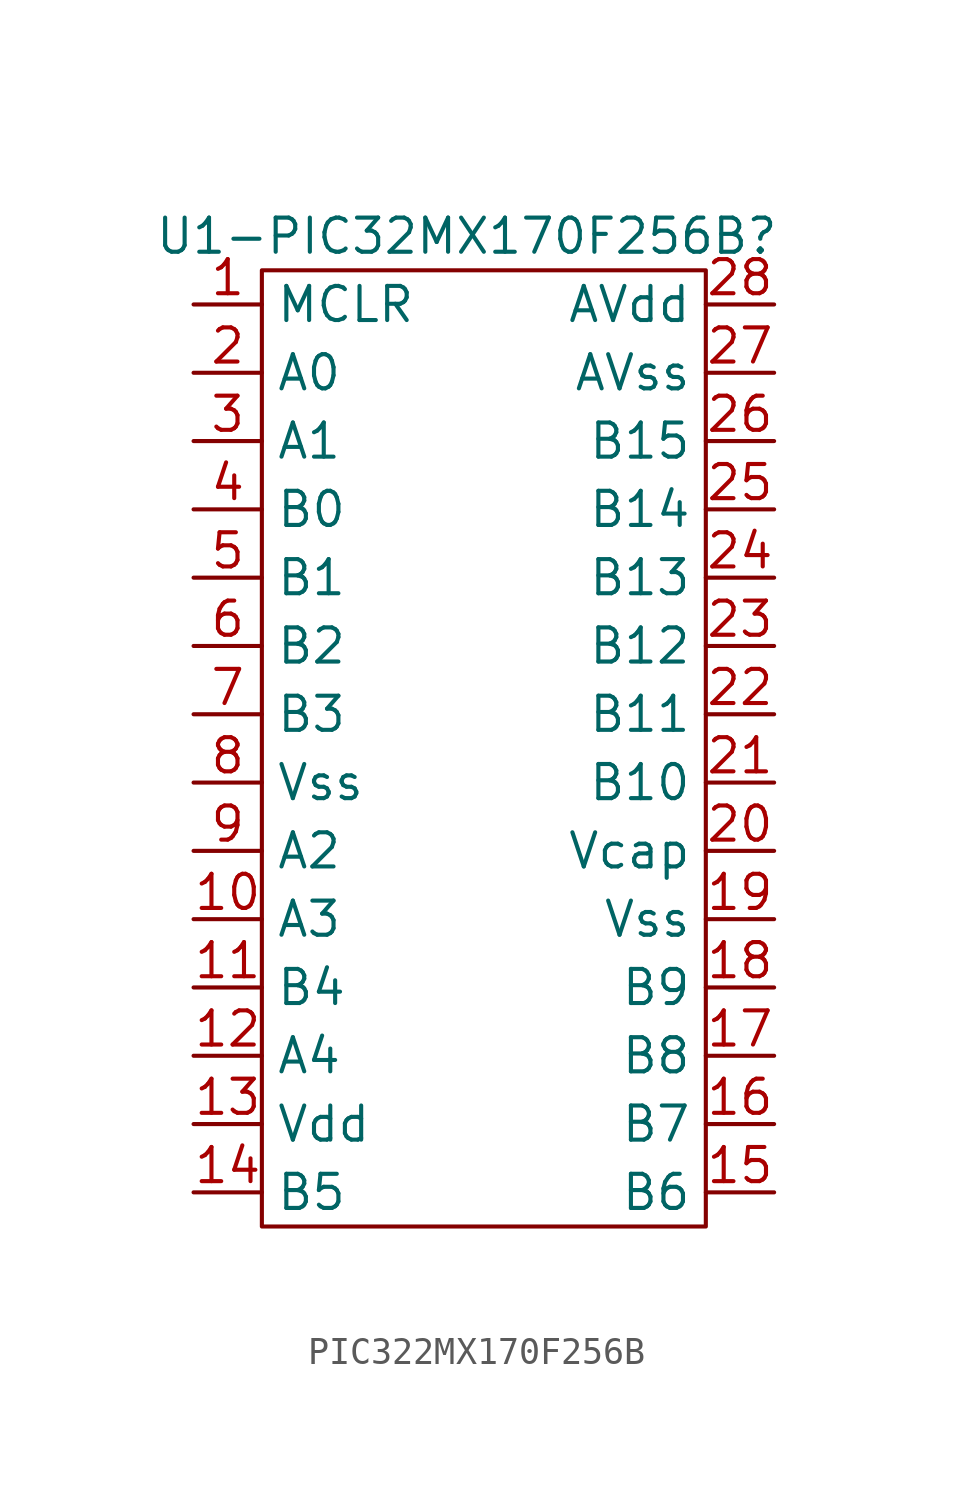
<source format=kicad_sym>
(kicad_symbol_lib
  (version 20220914)
  (generator kicad_symbol_editor)
  (symbol "PIC322MX170F256B"
    (property "Reference" "U1-PIC32MX170F256B"
      (at 7.62 1.27 0)
      (effects (font (size 1.27 1.27))))
    (property "Value" ""
      (at 0 0 0)
      (effects (font (size 1.27 1.27))))
    (symbol "PIC322MX170F256B_0_1"
      (rectangle (start 0 0) (end 16.51 -35.56) (stroke (width 0) (type default)) (fill (type none))))
    (symbol "PIC322MX170F256B_1_1"
      (pin bidirectional line (at -2.54 -1.27 0) (length 2.54) (name "MCLR" (effects (font (size 1.27 1.27)))) (number "1" (effects (font (size 1.27 1.27)))))
      (pin bidirectional line (at -2.54 -24.13 0) (length 2.54) (name "A3" (effects (font (size 1.27 1.27)))) (number "10" (effects (font (size 1.27 1.27)))))
      (pin bidirectional line (at -2.54 -26.67 0) (length 2.54) (name "B4" (effects (font (size 1.27 1.27)))) (number "11" (effects (font (size 1.27 1.27)))))
      (pin bidirectional line (at -2.54 -29.21 0) (length 2.54) (name "A4" (effects (font (size 1.27 1.27)))) (number "12" (effects (font (size 1.27 1.27)))))
      (pin bidirectional line (at -2.54 -31.75 0) (length 2.54) (name "Vdd" (effects (font (size 1.27 1.27)))) (number "13" (effects (font (size 1.27 1.27)))))
      (pin bidirectional line (at -2.54 -34.29 0) (length 2.54) (name "B5" (effects (font (size 1.27 1.27)))) (number "14" (effects (font (size 1.27 1.27)))))
      (pin bidirectional line (at 19.05 -34.29 180) (length 2.54) (name "B6" (effects (font (size 1.27 1.27)))) (number "15" (effects (font (size 1.27 1.27)))))
      (pin bidirectional line (at 19.05 -31.75 180) (length 2.54) (name "B7" (effects (font (size 1.27 1.27)))) (number "16" (effects (font (size 1.27 1.27)))))
      (pin bidirectional line (at 19.05 -29.21 180) (length 2.54) (name "B8" (effects (font (size 1.27 1.27)))) (number "17" (effects (font (size 1.27 1.27)))))
      (pin bidirectional line (at 19.05 -26.67 180) (length 2.54) (name "B9" (effects (font (size 1.27 1.27)))) (number "18" (effects (font (size 1.27 1.27)))))
      (pin bidirectional line (at 19.05 -24.13 180) (length 2.54) (name "Vss" (effects (font (size 1.27 1.27)))) (number "19" (effects (font (size 1.27 1.27)))))
      (pin bidirectional line (at -2.54 -3.81 0) (length 2.54) (name "A0" (effects (font (size 1.27 1.27)))) (number "2" (effects (font (size 1.27 1.27)))))
      (pin bidirectional line (at 19.05 -21.59 180) (length 2.54) (name "Vcap" (effects (font (size 1.27 1.27)))) (number "20" (effects (font (size 1.27 1.27)))))
      (pin bidirectional line (at 19.05 -19.05 180) (length 2.54) (name "B10" (effects (font (size 1.27 1.27)))) (number "21" (effects (font (size 1.27 1.27)))))
      (pin bidirectional line (at 19.05 -16.51 180) (length 2.54) (name "B11" (effects (font (size 1.27 1.27)))) (number "22" (effects (font (size 1.27 1.27)))))
      (pin bidirectional line (at 19.05 -13.97 180) (length 2.54) (name "B12" (effects (font (size 1.27 1.27)))) (number "23" (effects (font (size 1.27 1.27)))))
      (pin bidirectional line (at 19.05 -11.43 180) (length 2.54) (name "B13" (effects (font (size 1.27 1.27)))) (number "24" (effects (font (size 1.27 1.27)))))
      (pin bidirectional line (at 19.05 -8.89 180) (length 2.54) (name "B14" (effects (font (size 1.27 1.27)))) (number "25" (effects (font (size 1.27 1.27)))))
      (pin bidirectional line (at 19.05 -6.35 180) (length 2.54) (name "B15" (effects (font (size 1.27 1.27)))) (number "26" (effects (font (size 1.27 1.27)))))
      (pin bidirectional line (at 19.05 -3.81 180) (length 2.54) (name "AVss" (effects (font (size 1.27 1.27)))) (number "27" (effects (font (size 1.27 1.27)))))
      (pin bidirectional line (at 19.05 -1.27 180) (length 2.54) (name "AVdd" (effects (font (size 1.27 1.27)))) (number "28" (effects (font (size 1.27 1.27)))))
      (pin bidirectional line (at -2.54 -6.35 0) (length 2.54) (name "A1" (effects (font (size 1.27 1.27)))) (number "3" (effects (font (size 1.27 1.27)))))
      (pin bidirectional line (at -2.54 -8.89 0) (length 2.54) (name "B0" (effects (font (size 1.27 1.27)))) (number "4" (effects (font (size 1.27 1.27)))))
      (pin bidirectional line (at -2.54 -11.43 0) (length 2.54) (name "B1" (effects (font (size 1.27 1.27)))) (number "5" (effects (font (size 1.27 1.27)))))
      (pin bidirectional line (at -2.54 -13.97 0) (length 2.54) (name "B2" (effects (font (size 1.27 1.27)))) (number "6" (effects (font (size 1.27 1.27)))))
      (pin bidirectional line (at -2.54 -16.51 0) (length 2.54) (name "B3" (effects (font (size 1.27 1.27)))) (number "7" (effects (font (size 1.27 1.27)))))
      (pin bidirectional line (at -2.54 -19.05 0) (length 2.54) (name "Vss" (effects (font (size 1.27 1.27)))) (number "8" (effects (font (size 1.27 1.27)))))
      (pin bidirectional line (at -2.54 -21.59 0) (length 2.54) (name "A2" (effects (font (size 1.27 1.27)))) (number "9" (effects (font (size 1.27 1.27))))))))
</source>
